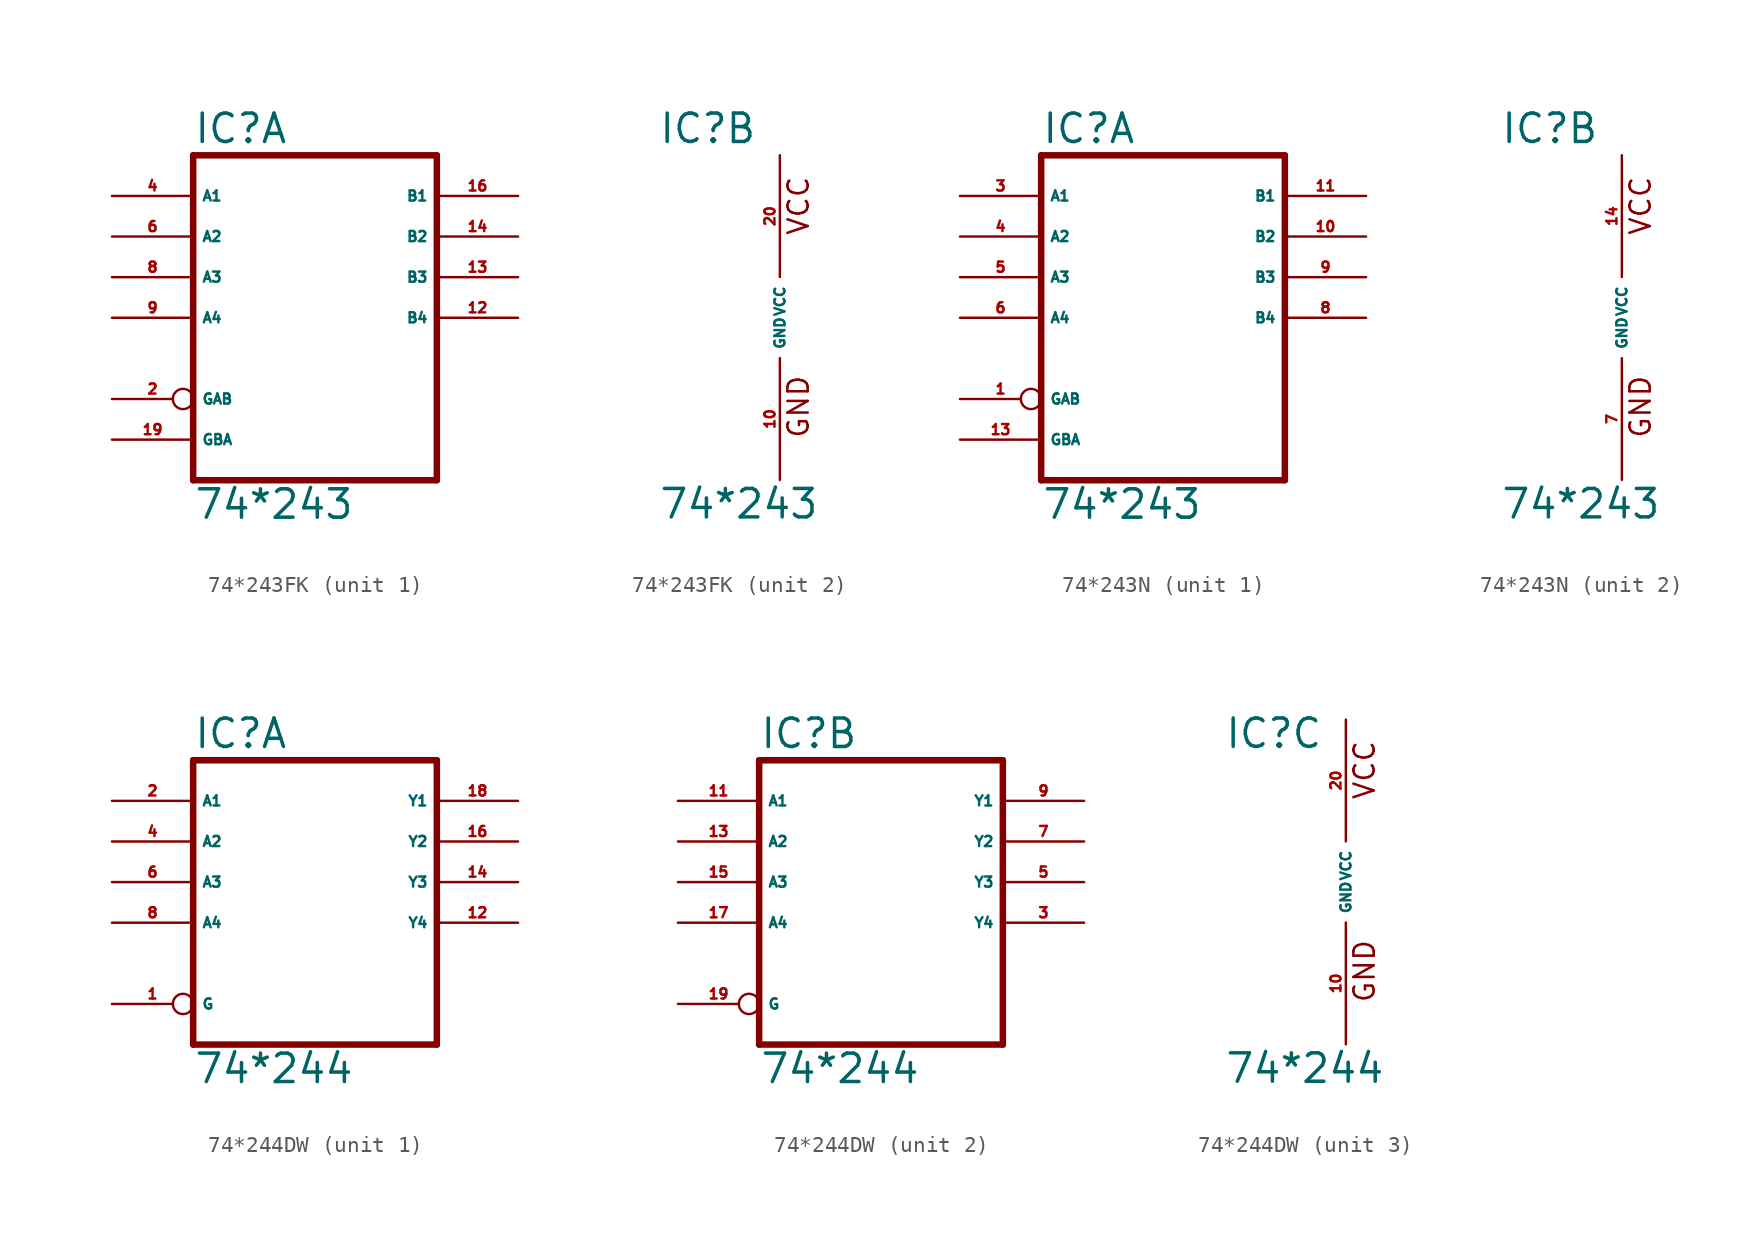
<source format=kicad_sym>
(kicad_symbol_lib
  (version 20220914)
  (generator Eagle2Kicad)
  (symbol "74*243FK"
    (property "Reference" "IC"
      (at -7.62 10.795 0)
      (effects (font (size 1.778 1.778) (thickness 0.22)) (justify left bottom)))
    (property "Value" "74*243"
      (at -7.62 -12.7 0)
      (effects (font (size 1.778 1.778) (thickness 0.22)) (justify left bottom)))
    (symbol "74*243FK_1_0"
      (polyline (pts (xy -7.62 -10.16) (xy 7.62 -10.16)) (stroke (width 0.406) (type default)) (fill (type none)))
      (polyline (pts (xy 7.62 -10.16) (xy 7.62 10.16)) (stroke (width 0.406) (type default)) (fill (type none)))
      (polyline (pts (xy 7.62 10.16) (xy -7.62 10.16)) (stroke (width 0.406) (type default)) (fill (type none)))
      (polyline (pts (xy -7.62 10.16) (xy -7.62 -10.16)) (stroke (width 0.406) (type default)) (fill (type none)))
      (pin input inverted (at -12.7 -5.08 0) (length 5.08) (name "GAB" (effects (font (size 0.635 0.635) (thickness 0.08)) (justify left bottom))) (number "2" (effects (font (size 0.635 0.635) (thickness 0.08)) (justify left bottom))))
      (pin bidirectional line (at -12.7 7.62 0) (length 5.08) (name "A1" (effects (font (size 0.635 0.635) (thickness 0.08)) (justify left bottom))) (number "4" (effects (font (size 0.635 0.635) (thickness 0.08)) (justify left bottom))))
      (pin bidirectional line (at -12.7 5.08 0) (length 5.08) (name "A2" (effects (font (size 0.635 0.635) (thickness 0.08)) (justify left bottom))) (number "6" (effects (font (size 0.635 0.635) (thickness 0.08)) (justify left bottom))))
      (pin bidirectional line (at -12.7 2.54 0) (length 5.08) (name "A3" (effects (font (size 0.635 0.635) (thickness 0.08)) (justify left bottom))) (number "8" (effects (font (size 0.635 0.635) (thickness 0.08)) (justify left bottom))))
      (pin bidirectional line (at -12.7 0 0) (length 5.08) (name "A4" (effects (font (size 0.635 0.635) (thickness 0.08)) (justify left bottom))) (number "9" (effects (font (size 0.635 0.635) (thickness 0.08)) (justify left bottom))))
      (pin bidirectional line (at 12.7 0 180) (length 5.08) (name "B4" (effects (font (size 0.635 0.635) (thickness 0.08)) (justify left bottom))) (number "12" (effects (font (size 0.635 0.635) (thickness 0.08)) (justify left bottom))))
      (pin bidirectional line (at 12.7 2.54 180) (length 5.08) (name "B3" (effects (font (size 0.635 0.635) (thickness 0.08)) (justify left bottom))) (number "13" (effects (font (size 0.635 0.635) (thickness 0.08)) (justify left bottom))))
      (pin bidirectional line (at 12.7 5.08 180) (length 5.08) (name "B2" (effects (font (size 0.635 0.635) (thickness 0.08)) (justify left bottom))) (number "14" (effects (font (size 0.635 0.635) (thickness 0.08)) (justify left bottom))))
      (pin bidirectional line (at 12.7 7.62 180) (length 5.08) (name "B1" (effects (font (size 0.635 0.635) (thickness 0.08)) (justify left bottom))) (number "16" (effects (font (size 0.635 0.635) (thickness 0.08)) (justify left bottom))))
      (pin input line (at -12.7 -7.62 0) (length 5.08) (name "GBA" (effects (font (size 0.635 0.635) (thickness 0.08)) (justify left bottom))) (number "19" (effects (font (size 0.635 0.635) (thickness 0.08)) (justify left bottom)))))
    (symbol "74*243FK_2_0"
      (text "GND" (at 1.905 -7.62 900) (effects (font (size 1.27 1.27) (thickness 0.16)) (justify left bottom)))
      (text "VCC" (at 1.905 5.08 900) (effects (font (size 1.27 1.27) (thickness 0.16)) (justify left bottom)))
      (pin unspecified line (at 0 -10.16 90) (length 7.62) (name "GND" (effects (font (size 0.635 0.635) (thickness 0.08)) (justify left bottom))) (number "10" (effects (font (size 0.635 0.635) (thickness 0.08)) (justify left bottom))))
      (pin unspecified line (at 0 10.16 270) (length 7.62) (name "VCC" (effects (font (size 0.635 0.635) (thickness 0.08)) (justify left bottom))) (number "20" (effects (font (size 0.635 0.635) (thickness 0.08)) (justify left bottom))))))
  (symbol "74*243N"
    (property "Reference" "IC"
      (at -7.62 10.795 0)
      (effects (font (size 1.778 1.778) (thickness 0.22)) (justify left bottom)))
    (property "Value" "74*243"
      (at -7.62 -12.7 0)
      (effects (font (size 1.778 1.778) (thickness 0.22)) (justify left bottom)))
    (symbol "74*243N_1_0"
      (polyline (pts (xy -7.62 -10.16) (xy 7.62 -10.16)) (stroke (width 0.406) (type default)) (fill (type none)))
      (polyline (pts (xy 7.62 -10.16) (xy 7.62 10.16)) (stroke (width 0.406) (type default)) (fill (type none)))
      (polyline (pts (xy 7.62 10.16) (xy -7.62 10.16)) (stroke (width 0.406) (type default)) (fill (type none)))
      (polyline (pts (xy -7.62 10.16) (xy -7.62 -10.16)) (stroke (width 0.406) (type default)) (fill (type none)))
      (pin input inverted (at -12.7 -5.08 0) (length 5.08) (name "GAB" (effects (font (size 0.635 0.635) (thickness 0.08)) (justify left bottom))) (number "1" (effects (font (size 0.635 0.635) (thickness 0.08)) (justify left bottom))))
      (pin bidirectional line (at -12.7 7.62 0) (length 5.08) (name "A1" (effects (font (size 0.635 0.635) (thickness 0.08)) (justify left bottom))) (number "3" (effects (font (size 0.635 0.635) (thickness 0.08)) (justify left bottom))))
      (pin bidirectional line (at -12.7 5.08 0) (length 5.08) (name "A2" (effects (font (size 0.635 0.635) (thickness 0.08)) (justify left bottom))) (number "4" (effects (font (size 0.635 0.635) (thickness 0.08)) (justify left bottom))))
      (pin bidirectional line (at -12.7 2.54 0) (length 5.08) (name "A3" (effects (font (size 0.635 0.635) (thickness 0.08)) (justify left bottom))) (number "5" (effects (font (size 0.635 0.635) (thickness 0.08)) (justify left bottom))))
      (pin bidirectional line (at -12.7 0 0) (length 5.08) (name "A4" (effects (font (size 0.635 0.635) (thickness 0.08)) (justify left bottom))) (number "6" (effects (font (size 0.635 0.635) (thickness 0.08)) (justify left bottom))))
      (pin bidirectional line (at 12.7 0 180) (length 5.08) (name "B4" (effects (font (size 0.635 0.635) (thickness 0.08)) (justify left bottom))) (number "8" (effects (font (size 0.635 0.635) (thickness 0.08)) (justify left bottom))))
      (pin bidirectional line (at 12.7 2.54 180) (length 5.08) (name "B3" (effects (font (size 0.635 0.635) (thickness 0.08)) (justify left bottom))) (number "9" (effects (font (size 0.635 0.635) (thickness 0.08)) (justify left bottom))))
      (pin bidirectional line (at 12.7 5.08 180) (length 5.08) (name "B2" (effects (font (size 0.635 0.635) (thickness 0.08)) (justify left bottom))) (number "10" (effects (font (size 0.635 0.635) (thickness 0.08)) (justify left bottom))))
      (pin bidirectional line (at 12.7 7.62 180) (length 5.08) (name "B1" (effects (font (size 0.635 0.635) (thickness 0.08)) (justify left bottom))) (number "11" (effects (font (size 0.635 0.635) (thickness 0.08)) (justify left bottom))))
      (pin input line (at -12.7 -7.62 0) (length 5.08) (name "GBA" (effects (font (size 0.635 0.635) (thickness 0.08)) (justify left bottom))) (number "13" (effects (font (size 0.635 0.635) (thickness 0.08)) (justify left bottom)))))
    (symbol "74*243N_2_0"
      (text "GND" (at 1.905 -7.62 900) (effects (font (size 1.27 1.27) (thickness 0.16)) (justify left bottom)))
      (text "VCC" (at 1.905 5.08 900) (effects (font (size 1.27 1.27) (thickness 0.16)) (justify left bottom)))
      (pin unspecified line (at 0 -10.16 90) (length 7.62) (name "GND" (effects (font (size 0.635 0.635) (thickness 0.08)) (justify left bottom))) (number "7" (effects (font (size 0.635 0.635) (thickness 0.08)) (justify left bottom))))
      (pin unspecified line (at 0 10.16 270) (length 7.62) (name "VCC" (effects (font (size 0.635 0.635) (thickness 0.08)) (justify left bottom))) (number "14" (effects (font (size 0.635 0.635) (thickness 0.08)) (justify left bottom))))))
  (symbol "74*244DW"
    (property "Reference" "IC"
      (at -7.62 8.255 0)
      (effects (font (size 1.778 1.778) (thickness 0.22)) (justify left bottom)))
    (property "Value" "74*244"
      (at -7.62 -12.7 0)
      (effects (font (size 1.778 1.778) (thickness 0.22)) (justify left bottom)))
    (symbol "74*244DW_1_0"
      (polyline (pts (xy -7.62 -10.16) (xy 7.62 -10.16)) (stroke (width 0.406) (type default)) (fill (type none)))
      (polyline (pts (xy 7.62 -10.16) (xy 7.62 7.62)) (stroke (width 0.406) (type default)) (fill (type none)))
      (polyline (pts (xy 7.62 7.62) (xy -7.62 7.62)) (stroke (width 0.406) (type default)) (fill (type none)))
      (polyline (pts (xy -7.62 7.62) (xy -7.62 -10.16)) (stroke (width 0.406) (type default)) (fill (type none)))
      (pin input inverted (at -12.7 -7.62 0) (length 5.08) (name "G" (effects (font (size 0.635 0.635) (thickness 0.08)) (justify left bottom))) (number "1" (effects (font (size 0.635 0.635) (thickness 0.08)) (justify left bottom))))
      (pin input line (at -12.7 5.08 0) (length 5.08) (name "A1" (effects (font (size 0.635 0.635) (thickness 0.08)) (justify left bottom))) (number "2" (effects (font (size 0.635 0.635) (thickness 0.08)) (justify left bottom))))
      (pin input line (at -12.7 2.54 0) (length 5.08) (name "A2" (effects (font (size 0.635 0.635) (thickness 0.08)) (justify left bottom))) (number "4" (effects (font (size 0.635 0.635) (thickness 0.08)) (justify left bottom))))
      (pin input line (at -12.7 0 0) (length 5.08) (name "A3" (effects (font (size 0.635 0.635) (thickness 0.08)) (justify left bottom))) (number "6" (effects (font (size 0.635 0.635) (thickness 0.08)) (justify left bottom))))
      (pin input line (at -12.7 -2.54 0) (length 5.08) (name "A4" (effects (font (size 0.635 0.635) (thickness 0.08)) (justify left bottom))) (number "8" (effects (font (size 0.635 0.635) (thickness 0.08)) (justify left bottom))))
      (pin tri_state line (at 12.7 -2.54 180) (length 5.08) (name "Y4" (effects (font (size 0.635 0.635) (thickness 0.08)) (justify left bottom))) (number "12" (effects (font (size 0.635 0.635) (thickness 0.08)) (justify left bottom))))
      (pin tri_state line (at 12.7 0 180) (length 5.08) (name "Y3" (effects (font (size 0.635 0.635) (thickness 0.08)) (justify left bottom))) (number "14" (effects (font (size 0.635 0.635) (thickness 0.08)) (justify left bottom))))
      (pin tri_state line (at 12.7 2.54 180) (length 5.08) (name "Y2" (effects (font (size 0.635 0.635) (thickness 0.08)) (justify left bottom))) (number "16" (effects (font (size 0.635 0.635) (thickness 0.08)) (justify left bottom))))
      (pin tri_state line (at 12.7 5.08 180) (length 5.08) (name "Y1" (effects (font (size 0.635 0.635) (thickness 0.08)) (justify left bottom))) (number "18" (effects (font (size 0.635 0.635) (thickness 0.08)) (justify left bottom)))))
    (symbol "74*244DW_2_0"
      (polyline (pts (xy -7.62 -10.16) (xy 7.62 -10.16)) (stroke (width 0.406) (type default)) (fill (type none)))
      (polyline (pts (xy 7.62 -10.16) (xy 7.62 7.62)) (stroke (width 0.406) (type default)) (fill (type none)))
      (polyline (pts (xy 7.62 7.62) (xy -7.62 7.62)) (stroke (width 0.406) (type default)) (fill (type none)))
      (polyline (pts (xy -7.62 7.62) (xy -7.62 -10.16)) (stroke (width 0.406) (type default)) (fill (type none)))
      (pin input inverted (at -12.7 -7.62 0) (length 5.08) (name "G" (effects (font (size 0.635 0.635) (thickness 0.08)) (justify left bottom))) (number "19" (effects (font (size 0.635 0.635) (thickness 0.08)) (justify left bottom))))
      (pin input line (at -12.7 5.08 0) (length 5.08) (name "A1" (effects (font (size 0.635 0.635) (thickness 0.08)) (justify left bottom))) (number "11" (effects (font (size 0.635 0.635) (thickness 0.08)) (justify left bottom))))
      (pin input line (at -12.7 2.54 0) (length 5.08) (name "A2" (effects (font (size 0.635 0.635) (thickness 0.08)) (justify left bottom))) (number "13" (effects (font (size 0.635 0.635) (thickness 0.08)) (justify left bottom))))
      (pin input line (at -12.7 0 0) (length 5.08) (name "A3" (effects (font (size 0.635 0.635) (thickness 0.08)) (justify left bottom))) (number "15" (effects (font (size 0.635 0.635) (thickness 0.08)) (justify left bottom))))
      (pin input line (at -12.7 -2.54 0) (length 5.08) (name "A4" (effects (font (size 0.635 0.635) (thickness 0.08)) (justify left bottom))) (number "17" (effects (font (size 0.635 0.635) (thickness 0.08)) (justify left bottom))))
      (pin tri_state line (at 12.7 -2.54 180) (length 5.08) (name "Y4" (effects (font (size 0.635 0.635) (thickness 0.08)) (justify left bottom))) (number "3" (effects (font (size 0.635 0.635) (thickness 0.08)) (justify left bottom))))
      (pin tri_state line (at 12.7 0 180) (length 5.08) (name "Y3" (effects (font (size 0.635 0.635) (thickness 0.08)) (justify left bottom))) (number "5" (effects (font (size 0.635 0.635) (thickness 0.08)) (justify left bottom))))
      (pin tri_state line (at 12.7 2.54 180) (length 5.08) (name "Y2" (effects (font (size 0.635 0.635) (thickness 0.08)) (justify left bottom))) (number "7" (effects (font (size 0.635 0.635) (thickness 0.08)) (justify left bottom))))
      (pin tri_state line (at 12.7 5.08 180) (length 5.08) (name "Y1" (effects (font (size 0.635 0.635) (thickness 0.08)) (justify left bottom))) (number "9" (effects (font (size 0.635 0.635) (thickness 0.08)) (justify left bottom)))))
    (symbol "74*244DW_3_0"
      (text "GND" (at 1.905 -7.62 900) (effects (font (size 1.27 1.27) (thickness 0.16)) (justify left bottom)))
      (text "VCC" (at 1.905 5.08 900) (effects (font (size 1.27 1.27) (thickness 0.16)) (justify left bottom)))
      (pin unspecified line (at 0 -10.16 90) (length 7.62) (name "GND" (effects (font (size 0.635 0.635) (thickness 0.08)) (justify left bottom))) (number "10" (effects (font (size 0.635 0.635) (thickness 0.08)) (justify left bottom))))
      (pin unspecified line (at 0 10.16 270) (length 7.62) (name "VCC" (effects (font (size 0.635 0.635) (thickness 0.08)) (justify left bottom))) (number "20" (effects (font (size 0.635 0.635) (thickness 0.08)) (justify left bottom)))))))
</source>
